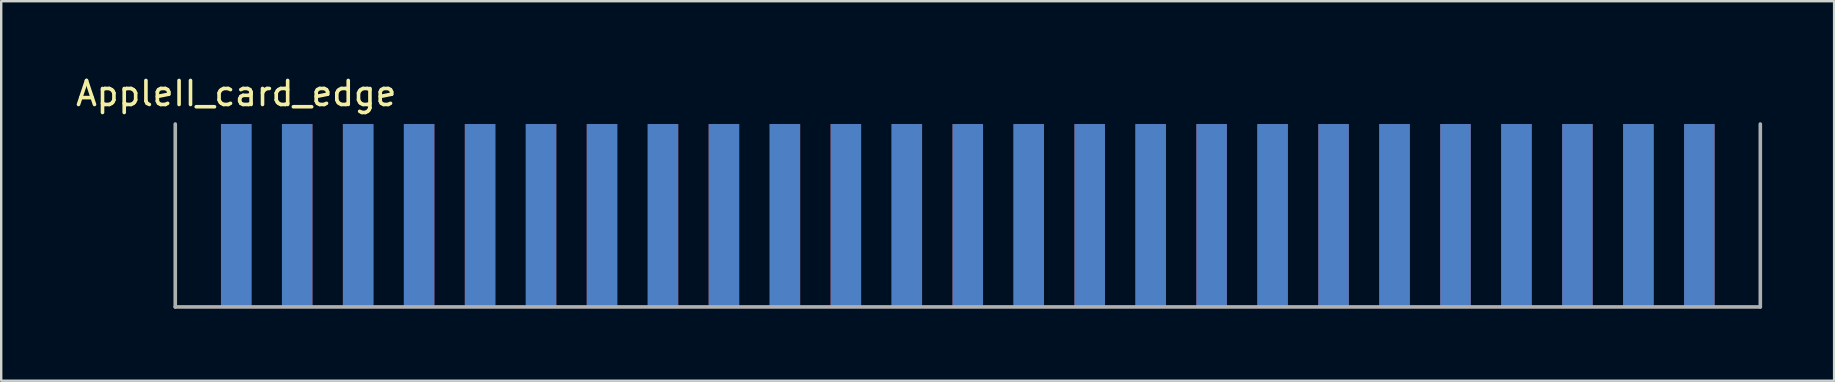
<source format=kicad_pcb>
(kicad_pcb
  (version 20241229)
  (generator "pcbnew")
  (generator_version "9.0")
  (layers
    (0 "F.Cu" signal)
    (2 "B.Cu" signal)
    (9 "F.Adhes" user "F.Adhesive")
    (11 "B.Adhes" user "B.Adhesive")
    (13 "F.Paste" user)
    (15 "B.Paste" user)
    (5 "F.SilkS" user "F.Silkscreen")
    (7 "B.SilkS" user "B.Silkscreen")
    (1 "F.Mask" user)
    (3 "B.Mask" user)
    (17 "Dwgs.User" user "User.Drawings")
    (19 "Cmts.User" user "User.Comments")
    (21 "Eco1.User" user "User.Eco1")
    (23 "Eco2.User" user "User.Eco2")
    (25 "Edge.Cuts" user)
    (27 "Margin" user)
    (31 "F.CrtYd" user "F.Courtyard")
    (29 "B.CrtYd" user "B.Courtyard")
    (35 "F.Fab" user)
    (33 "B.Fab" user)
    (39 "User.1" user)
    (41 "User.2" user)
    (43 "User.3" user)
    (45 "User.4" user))
  (footprint "AppleII_card_edge"
    (layer "F.Cu")
    (at 37.272 2.118)
    (property "Reference" "AppleII_card_edge" (at -30.48 -1.27 0) (layer "F.SilkS") (effects (font (size 1 1) (thickness 0.15))))
    (attr through_hole)
    (fp_line (start -33.02 7.62) (end -33.02 0) (stroke (width 0.15) (type solid)) (layer "F.Fab"))
    (fp_line (start 33.02 0) (end 33.02 7.62) (stroke (width 0.15) (type solid)) (layer "F.Fab"))
    (fp_line (start 33.02 7.62) (end -33.02 7.62) (stroke (width 0.15) (type solid)) (layer "F.Fab"))
    (pad "1" smd rect (at -30.48 3.81) (size 1.27 7.62) (layers "B.Cu" "B.Mask" "B.Paste"))
    (pad "2" smd rect (at -27.94 3.81) (size 1.27 7.62) (layers "B.Cu" "B.Mask" "B.Paste"))
    (pad "3" smd rect (at -25.4 3.81) (size 1.27 7.62) (layers "B.Cu" "B.Mask" "B.Paste"))
    (pad "4" smd rect (at -22.86 3.81) (size 1.27 7.62) (layers "B.Cu" "B.Mask" "B.Paste"))
    (pad "5" smd rect (at -20.32 3.81) (size 1.27 7.62) (layers "B.Cu" "B.Mask" "B.Paste"))
    (pad "6" smd rect (at -17.78 3.81) (size 1.27 7.62) (layers "B.Cu" "B.Mask" "B.Paste"))
    (pad "7" smd rect (at -15.24 3.81) (size 1.27 7.62) (layers "B.Cu" "B.Mask" "B.Paste"))
    (pad "8" smd rect (at -12.7 3.81) (size 1.27 7.62) (layers "B.Cu" "B.Mask" "B.Paste"))
    (pad "9" smd rect (at -10.16 3.81) (size 1.27 7.62) (layers "B.Cu" "B.Mask" "B.Paste"))
    (pad "10" smd rect (at -7.62 3.81) (size 1.27 7.62) (layers "B.Cu" "B.Mask" "B.Paste"))
    (pad "11" smd rect (at -5.08 3.81) (size 1.27 7.62) (layers "B.Cu" "B.Mask" "B.Paste"))
    (pad "12" smd rect (at -2.54 3.81) (size 1.27 7.62) (layers "B.Cu" "B.Mask" "B.Paste"))
    (pad "13" smd rect (at 0 3.81) (size 1.27 7.62) (layers "B.Cu" "B.Mask" "B.Paste"))
    (pad "14" smd rect (at 2.54 3.81) (size 1.27 7.62) (layers "B.Cu" "B.Mask" "B.Paste"))
    (pad "15" smd rect (at 5.08 3.81) (size 1.27 7.62) (layers "B.Cu" "B.Mask" "B.Paste"))
    (pad "16" smd rect (at 7.62 3.81) (size 1.27 7.62) (layers "B.Cu" "B.Mask" "B.Paste"))
    (pad "17" smd rect (at 10.16 3.81) (size 1.27 7.62) (layers "B.Cu" "B.Mask" "B.Paste"))
    (pad "18" smd rect (at 12.7 3.81) (size 1.27 7.62) (layers "B.Cu" "B.Mask" "B.Paste"))
    (pad "19" smd rect (at 15.24 3.81) (size 1.27 7.62) (layers "B.Cu" "B.Mask" "B.Paste"))
    (pad "20" smd rect (at 17.78 3.81) (size 1.27 7.62) (layers "B.Cu" "B.Mask" "B.Paste"))
    (pad "21" smd rect (at 20.32 3.81) (size 1.27 7.62) (layers "B.Cu" "B.Mask" "B.Paste"))
    (pad "22" smd rect (at 22.86 3.81) (size 1.27 7.62) (layers "B.Cu" "B.Mask" "B.Paste"))
    (pad "23" smd rect (at 25.4 3.81) (size 1.27 7.62) (layers "B.Cu" "B.Mask" "B.Paste"))
    (pad "24" smd rect (at 27.94 3.81) (size 1.27 7.62) (layers "B.Cu" "B.Mask" "B.Paste"))
    (pad "25" smd rect (at 30.48 3.81) (size 1.27 7.62) (layers "B.Cu" "B.Mask" "B.Paste"))
    (pad "26" smd rect (at 30.48 3.81) (size 1.27 7.62) (layers "F.Cu" "F.Mask" "F.Paste"))
    (pad "27" smd rect (at 27.94 3.81) (size 1.27 7.62) (layers "F.Cu" "F.Mask" "F.Paste"))
    (pad "28" smd rect (at 25.4 3.81) (size 1.27 7.62) (layers "F.Cu" "F.Mask" "F.Paste"))
    (pad "29" smd rect (at 22.86 3.81) (size 1.27 7.62) (layers "F.Cu" "F.Mask" "F.Paste"))
    (pad "30" smd rect (at 20.32 3.81) (size 1.27 7.62) (layers "F.Cu" "F.Mask" "F.Paste"))
    (pad "31" smd rect (at 17.78 3.81) (size 1.27 7.62) (layers "F.Cu" "F.Mask" "F.Paste"))
    (pad "32" smd rect (at 15.24 3.81) (size 1.27 7.62) (layers "F.Cu" "F.Mask" "F.Paste"))
    (pad "33" smd rect (at 12.7 3.81) (size 1.27 7.62) (layers "F.Cu" "F.Mask" "F.Paste"))
    (pad "34" smd rect (at 10.16 3.81) (size 1.27 7.62) (layers "F.Cu" "F.Mask" "F.Paste"))
    (pad "35" smd rect (at 7.62 3.81) (size 1.27 7.62) (layers "F.Cu" "F.Mask" "F.Paste"))
    (pad "36" smd rect (at 5.08 3.81) (size 1.27 7.62) (layers "F.Cu" "F.Mask" "F.Paste"))
    (pad "37" smd rect (at 2.54 3.81) (size 1.27 7.62) (layers "F.Cu" "F.Mask" "F.Paste"))
    (pad "38" smd rect (at 0 3.81) (size 1.27 7.62) (layers "F.Cu" "F.Mask" "F.Paste"))
    (pad "39" smd rect (at -2.54 3.81) (size 1.27 7.62) (layers "F.Cu" "F.Mask" "F.Paste"))
    (pad "40" smd rect (at -5.08 3.81) (size 1.27 7.62) (layers "F.Cu" "F.Mask" "F.Paste"))
    (pad "41" smd rect (at -7.62 3.81) (size 1.27 7.62) (layers "F.Cu" "F.Mask" "F.Paste"))
    (pad "42" smd rect (at -10.16 3.81) (size 1.27 7.62) (layers "F.Cu" "F.Mask" "F.Paste"))
    (pad "43" smd rect (at -12.7 3.81) (size 1.27 7.62) (layers "F.Cu" "F.Mask" "F.Paste"))
    (pad "44" smd rect (at -15.24 3.81) (size 1.27 7.62) (layers "F.Cu" "F.Mask" "F.Paste"))
    (pad "45" smd rect (at -17.78 3.81) (size 1.27 7.62) (layers "F.Cu" "F.Mask" "F.Paste"))
    (pad "46" smd rect (at -20.32 3.81) (size 1.27 7.62) (layers "F.Cu" "F.Mask" "F.Paste"))
    (pad "47" smd rect (at -22.86 3.81) (size 1.27 7.62) (layers "F.Cu" "F.Mask" "F.Paste"))
    (pad "48" smd rect (at -25.4 3.81) (size 1.27 7.62) (layers "F.Cu" "F.Mask" "F.Paste"))
    (pad "49" smd rect (at -27.94 3.81) (size 1.27 7.62) (layers "F.Cu" "F.Mask" "F.Paste"))
    (pad "50" smd rect (at -30.48 3.81) (size 1.27 7.62) (layers "F.Cu" "F.Mask" "F.Paste")))
  (gr_rect
    (start -3 -3)
    (end 73.367 12.813)
    (stroke (width 0.1) (type default))
    (fill no)
    (layer "Edge.Cuts")))
</source>
